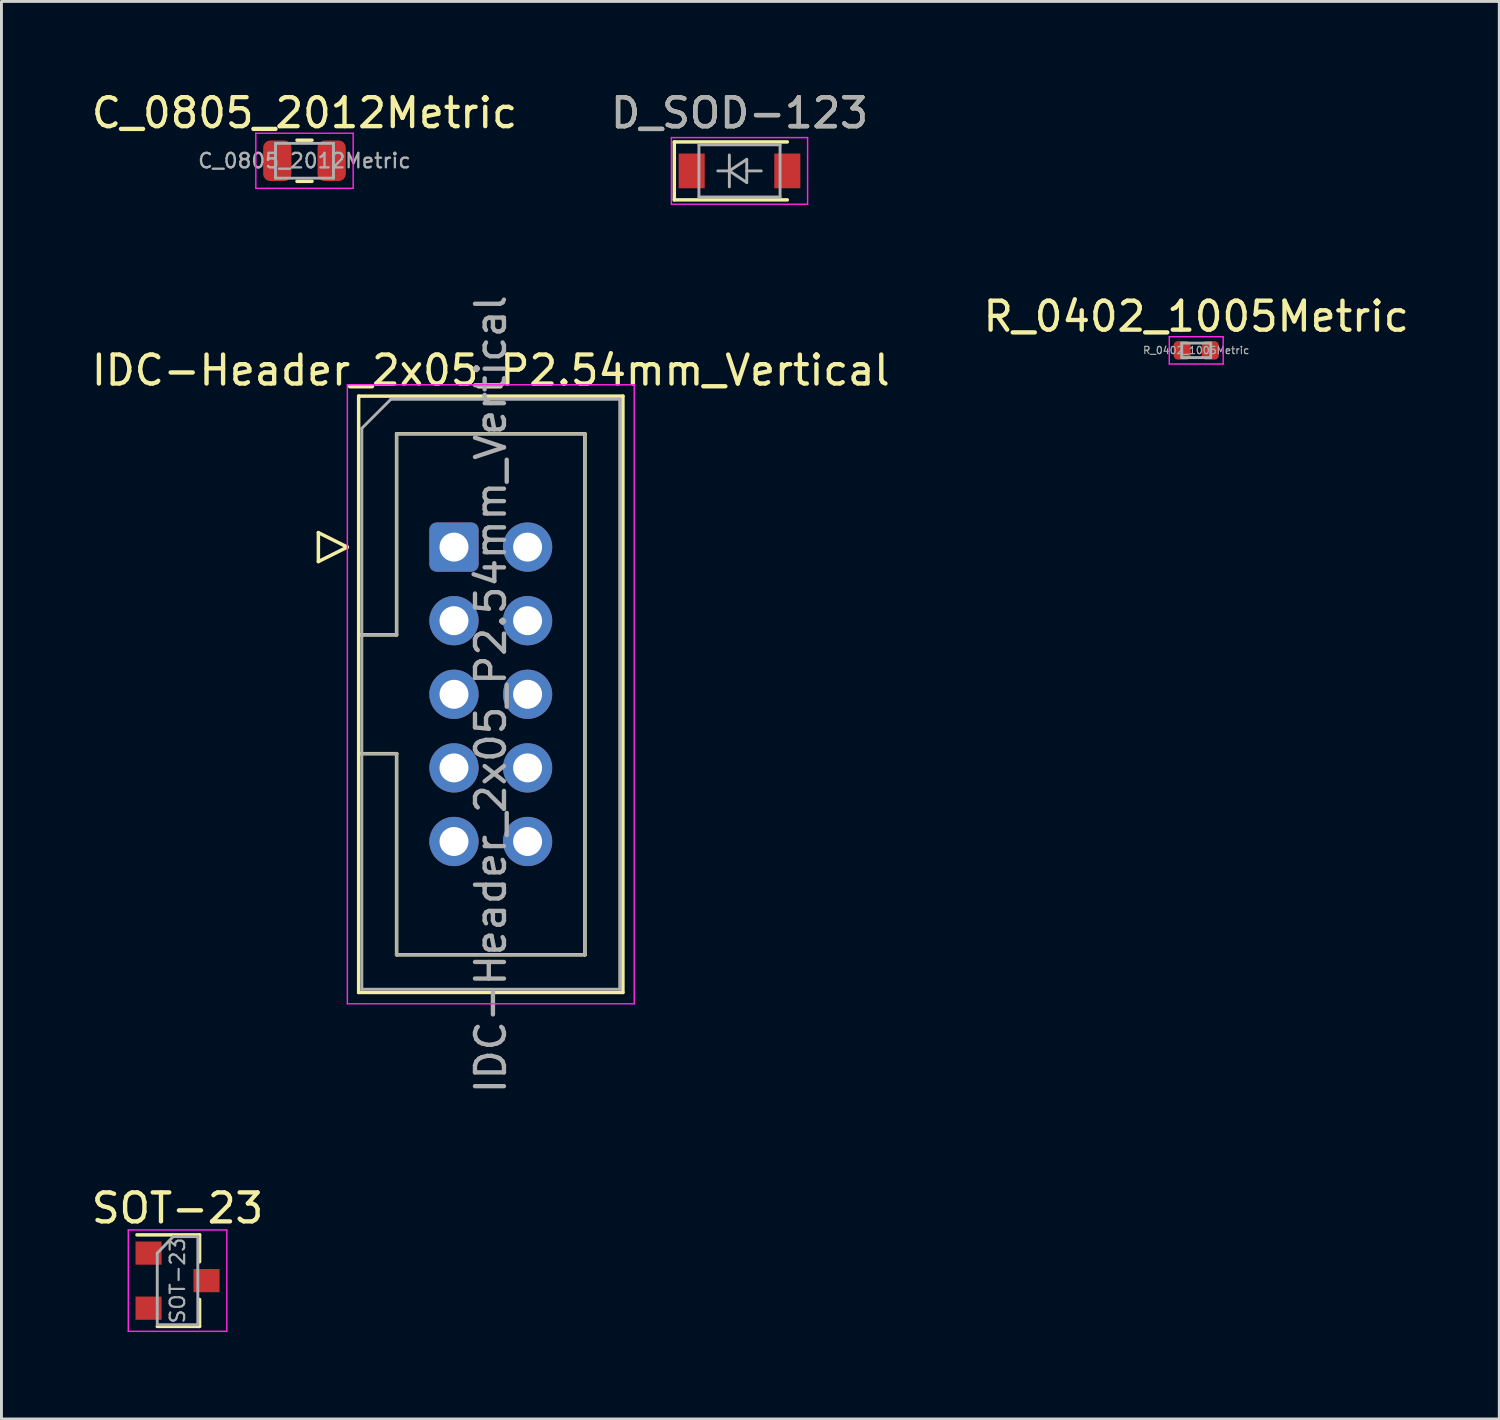
<source format=kicad_pcb>
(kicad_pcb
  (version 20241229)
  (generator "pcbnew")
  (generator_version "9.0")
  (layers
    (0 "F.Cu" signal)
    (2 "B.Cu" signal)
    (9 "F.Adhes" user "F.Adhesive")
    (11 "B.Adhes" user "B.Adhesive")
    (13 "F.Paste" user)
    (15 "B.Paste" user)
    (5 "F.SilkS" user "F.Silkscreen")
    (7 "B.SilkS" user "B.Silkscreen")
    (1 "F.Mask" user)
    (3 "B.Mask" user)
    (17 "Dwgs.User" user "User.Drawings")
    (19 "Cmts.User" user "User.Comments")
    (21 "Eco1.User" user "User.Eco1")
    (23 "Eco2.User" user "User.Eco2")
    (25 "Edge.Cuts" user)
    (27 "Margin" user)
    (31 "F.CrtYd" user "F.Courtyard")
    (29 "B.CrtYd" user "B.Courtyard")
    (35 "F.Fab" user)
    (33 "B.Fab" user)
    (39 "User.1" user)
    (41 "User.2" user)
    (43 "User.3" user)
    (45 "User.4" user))
  (footprint "SOT-23"
    (layer "F.Cu")
    (at 3.077 41.145)
    (property "Reference" "SOT-23" (at 0 -2.5 0) (layer "F.SilkS") (effects (font (size 1 1) (thickness 0.15))))
    (attr smd)
    (fp_line (start 0.76 -1.58) (end -1.4 -1.58) (stroke (width 0.12) (type solid)) (layer "F.SilkS"))
    (fp_line (start 0.76 -1.58) (end 0.76 -0.65) (stroke (width 0.12) (type solid)) (layer "F.SilkS"))
    (fp_line (start 0.76 1.58) (end -0.7 1.58) (stroke (width 0.12) (type solid)) (layer "F.SilkS"))
    (fp_line (start 0.76 1.58) (end 0.76 0.65) (stroke (width 0.12) (type solid)) (layer "F.SilkS"))
    (fp_line (start -1.7 -1.75) (end 1.7 -1.75) (stroke (width 0.05) (type solid)) (layer "F.CrtYd"))
    (fp_line (start -1.7 1.75) (end -1.7 -1.75) (stroke (width 0.05) (type solid)) (layer "F.CrtYd"))
    (fp_line (start 1.7 -1.75) (end 1.7 1.75) (stroke (width 0.05) (type solid)) (layer "F.CrtYd"))
    (fp_line (start 1.7 1.75) (end -1.7 1.75) (stroke (width 0.05) (type solid)) (layer "F.CrtYd"))
    (fp_line (start -0.7 -0.95) (end -0.7 1.5) (stroke (width 0.1) (type solid)) (layer "F.Fab"))
    (fp_line (start -0.7 -0.95) (end -0.15 -1.52) (stroke (width 0.1) (type solid)) (layer "F.Fab"))
    (fp_line (start -0.7 1.52) (end 0.7 1.52) (stroke (width 0.1) (type solid)) (layer "F.Fab"))
    (fp_line (start -0.15 -1.52) (end 0.7 -1.52) (stroke (width 0.1) (type solid)) (layer "F.Fab"))
    (fp_line (start 0.7 -1.52) (end 0.7 1.52) (stroke (width 0.1) (type solid)) (layer "F.Fab"))
    (fp_text user "${REFERENCE}" (at 0 0 90) (layer "F.Fab") (effects (font (size 0.5 0.5) (thickness 0.075))))
    (pad "1" smd rect (at -1 -0.95) (size 0.9 0.8) (layers "F.Cu" "F.Mask" "F.Paste"))
    (pad "2" smd rect (at -1 0.95) (size 0.9 0.8) (layers "F.Cu" "F.Mask" "F.Paste"))
    (pad "3" smd rect (at 1 0) (size 0.9 0.8) (layers "F.Cu" "F.Mask" "F.Paste")))
  (footprint "R_0402_1005Metric"
    (layer "F.Cu")
    (at 38.232 9.041)
    (property "Reference" "R_0402_1005Metric" (at 0 -1.17 0) (layer "F.SilkS") (effects (font (size 1 1) (thickness 0.15))))
    (attr smd)
    (fp_line (start -0.93 -0.47) (end 0.93 -0.47) (stroke (width 0.05) (type solid)) (layer "F.CrtYd"))
    (fp_line (start -0.93 0.47) (end -0.93 -0.47) (stroke (width 0.05) (type solid)) (layer "F.CrtYd"))
    (fp_line (start 0.93 -0.47) (end 0.93 0.47) (stroke (width 0.05) (type solid)) (layer "F.CrtYd"))
    (fp_line (start 0.93 0.47) (end -0.93 0.47) (stroke (width 0.05) (type solid)) (layer "F.CrtYd"))
    (fp_line (start -0.5 -0.25) (end 0.5 -0.25) (stroke (width 0.1) (type solid)) (layer "F.Fab"))
    (fp_line (start -0.5 0.25) (end -0.5 -0.25) (stroke (width 0.1) (type solid)) (layer "F.Fab"))
    (fp_line (start 0.5 -0.25) (end 0.5 0.25) (stroke (width 0.1) (type solid)) (layer "F.Fab"))
    (fp_line (start 0.5 0.25) (end -0.5 0.25) (stroke (width 0.1) (type solid)) (layer "F.Fab"))
    (fp_text user "${REFERENCE}" (at 0 0 0) (layer "F.Fab") (effects (font (size 0.25 0.25) (thickness 0.04))))
    (pad "1" smd roundrect (at -0.485 0) (size 0.59 0.64) (layers "F.Cu" "F.Mask" "F.Paste") (roundrect_rratio 0.25))
    (pad "2" smd roundrect (at 0.485 0) (size 0.59 0.64) (layers "F.Cu" "F.Mask" "F.Paste") (roundrect_rratio 0.25)))
  (footprint "D_SOD-123"
    (layer "F.Cu")
    (at 22.47 2.848)
    (property "Reference" "D_SOD-123" (at 0 -2 0) (layer "F.SilkS") (effects (font (size 1 1) (thickness 0.15))))
    (attr smd)
    (fp_line (start -2.25 -1) (end -2.25 1) (stroke (width 0.12) (type solid)) (layer "F.SilkS"))
    (fp_line (start -2.25 -1) (end 1.65 -1) (stroke (width 0.12) (type solid)) (layer "F.SilkS"))
    (fp_line (start -2.25 1) (end 1.65 1) (stroke (width 0.12) (type solid)) (layer "F.SilkS"))
    (fp_line (start -2.35 -1.15) (end -2.35 1.15) (stroke (width 0.05) (type solid)) (layer "F.CrtYd"))
    (fp_line (start -2.35 -1.15) (end 2.35 -1.15) (stroke (width 0.05) (type solid)) (layer "F.CrtYd"))
    (fp_line (start 2.35 -1.15) (end 2.35 1.15) (stroke (width 0.05) (type solid)) (layer "F.CrtYd"))
    (fp_line (start 2.35 1.15) (end -2.35 1.15) (stroke (width 0.05) (type solid)) (layer "F.CrtYd"))
    (fp_line (start -1.4 -0.9) (end 1.4 -0.9) (stroke (width 0.1) (type solid)) (layer "F.Fab"))
    (fp_line (start -1.4 0.9) (end -1.4 -0.9) (stroke (width 0.1) (type solid)) (layer "F.Fab"))
    (fp_line (start -0.75 0) (end -0.35 0) (stroke (width 0.1) (type solid)) (layer "F.Fab"))
    (fp_line (start -0.35 0) (end -0.35 -0.55) (stroke (width 0.1) (type solid)) (layer "F.Fab"))
    (fp_line (start -0.35 0) (end -0.35 0.55) (stroke (width 0.1) (type solid)) (layer "F.Fab"))
    (fp_line (start -0.35 0) (end 0.25 -0.4) (stroke (width 0.1) (type solid)) (layer "F.Fab"))
    (fp_line (start 0.25 -0.4) (end 0.25 0.4) (stroke (width 0.1) (type solid)) (layer "F.Fab"))
    (fp_line (start 0.25 0) (end 0.75 0) (stroke (width 0.1) (type solid)) (layer "F.Fab"))
    (fp_line (start 0.25 0.4) (end -0.35 0) (stroke (width 0.1) (type solid)) (layer "F.Fab"))
    (fp_line (start 1.4 -0.9) (end 1.4 0.9) (stroke (width 0.1) (type solid)) (layer "F.Fab"))
    (fp_line (start 1.4 0.9) (end -1.4 0.9) (stroke (width 0.1) (type solid)) (layer "F.Fab"))
    (fp_text user "${REFERENCE}" (at 0 -2 0) (layer "F.Fab") (effects (font (size 1 1) (thickness 0.15))))
    (pad "1" smd rect (at -1.65 0) (size 0.9 1.2) (layers "F.Cu" "F.Mask" "F.Paste"))
    (pad "2" smd rect (at 1.65 0) (size 0.9 1.2) (layers "F.Cu" "F.Mask" "F.Paste")))
  (footprint "C_0805_2012Metric"
    (layer "F.Cu")
    (at 7.458 2.498)
    (property "Reference" "C_0805_2012Metric" (at 0 -1.65 180) (layer "F.SilkS") (effects (font (size 1 1) (thickness 0.15))))
    (attr smd)
    (fp_line (start -0.259 -0.71) (end 0.259 -0.71) (stroke (width 0.12) (type solid)) (layer "F.SilkS"))
    (fp_line (start -0.259 0.71) (end 0.259 0.71) (stroke (width 0.12) (type solid)) (layer "F.SilkS"))
    (fp_line (start -1.68 -0.95) (end 1.68 -0.95) (stroke (width 0.05) (type solid)) (layer "F.CrtYd"))
    (fp_line (start -1.68 0.95) (end -1.68 -0.95) (stroke (width 0.05) (type solid)) (layer "F.CrtYd"))
    (fp_line (start 1.68 -0.95) (end 1.68 0.95) (stroke (width 0.05) (type solid)) (layer "F.CrtYd"))
    (fp_line (start 1.68 0.95) (end -1.68 0.95) (stroke (width 0.05) (type solid)) (layer "F.CrtYd"))
    (fp_line (start -1 -0.6) (end 1 -0.6) (stroke (width 0.1) (type solid)) (layer "F.Fab"))
    (fp_line (start -1 0.6) (end -1 -0.6) (stroke (width 0.1) (type solid)) (layer "F.Fab"))
    (fp_line (start 1 -0.6) (end 1 0.6) (stroke (width 0.1) (type solid)) (layer "F.Fab"))
    (fp_line (start 1 0.6) (end -1 0.6) (stroke (width 0.1) (type solid)) (layer "F.Fab"))
    (fp_text user "${REFERENCE}" (at 0 0 180) (layer "F.Fab") (effects (font (size 0.5 0.5) (thickness 0.08))))
    (pad "1" smd roundrect (at -0.938 0) (size 0.975 1.4) (layers "F.Cu" "F.Mask" "F.Paste") (roundrect_rratio 0.25))
    (pad "2" smd roundrect (at 0.938 0) (size 0.975 1.4) (layers "F.Cu" "F.Mask" "F.Paste") (roundrect_rratio 0.25)))
  (footprint "IDC-Header_2x05_P2.54mm_Vertical"
    (layer "F.Cu")
    (at 12.617 15.83)
    (property "Reference" "IDC-Header_2x05_P2.54mm_Vertical" (at 1.27 -6.1 180) (layer "F.SilkS") (effects (font (size 1 1) (thickness 0.15))))
    (attr through_hole)
    (fp_line (start -4.68 -0.5) (end -4.68 0.5) (stroke (width 0.12) (type solid)) (layer "F.SilkS"))
    (fp_line (start -4.68 0.5) (end -3.68 0) (stroke (width 0.12) (type solid)) (layer "F.SilkS"))
    (fp_line (start -3.68 0) (end -4.68 -0.5) (stroke (width 0.12) (type solid)) (layer "F.SilkS"))
    (fp_line (start -3.29 -5.21) (end 5.83 -5.21) (stroke (width 0.12) (type solid)) (layer "F.SilkS"))
    (fp_line (start -3.29 3.03) (end -1.98 3.03) (stroke (width 0.12) (type solid)) (layer "F.SilkS"))
    (fp_line (start -3.29 15.37) (end -3.29 -5.21) (stroke (width 0.12) (type solid)) (layer "F.SilkS"))
    (fp_line (start -1.98 -3.91) (end 4.52 -3.91) (stroke (width 0.12) (type solid)) (layer "F.SilkS"))
    (fp_line (start -1.98 3.03) (end -1.98 -3.91) (stroke (width 0.12) (type solid)) (layer "F.SilkS"))
    (fp_line (start -1.98 7.13) (end -3.29 7.13) (stroke (width 0.12) (type solid)) (layer "F.SilkS"))
    (fp_line (start -1.98 7.13) (end -1.98 7.13) (stroke (width 0.12) (type solid)) (layer "F.SilkS"))
    (fp_line (start -1.98 14.07) (end -1.98 7.13) (stroke (width 0.12) (type solid)) (layer "F.SilkS"))
    (fp_line (start 4.52 -3.91) (end 4.52 14.07) (stroke (width 0.12) (type solid)) (layer "F.SilkS"))
    (fp_line (start 4.52 14.07) (end -1.98 14.07) (stroke (width 0.12) (type solid)) (layer "F.SilkS"))
    (fp_line (start 5.83 -5.21) (end 5.83 15.37) (stroke (width 0.12) (type solid)) (layer "F.SilkS"))
    (fp_line (start 5.83 15.37) (end -3.29 15.37) (stroke (width 0.12) (type solid)) (layer "F.SilkS"))
    (fp_line (start -3.68 -5.6) (end -3.68 15.76) (stroke (width 0.05) (type solid)) (layer "F.CrtYd"))
    (fp_line (start -3.68 15.76) (end 6.22 15.76) (stroke (width 0.05) (type solid)) (layer "F.CrtYd"))
    (fp_line (start 6.22 -5.6) (end -3.68 -5.6) (stroke (width 0.05) (type solid)) (layer "F.CrtYd"))
    (fp_line (start 6.22 15.76) (end 6.22 -5.6) (stroke (width 0.05) (type solid)) (layer "F.CrtYd"))
    (fp_line (start -3.18 -4.1) (end -2.18 -5.1) (stroke (width 0.1) (type solid)) (layer "F.Fab"))
    (fp_line (start -3.18 3.03) (end -1.98 3.03) (stroke (width 0.1) (type solid)) (layer "F.Fab"))
    (fp_line (start -3.18 15.26) (end -3.18 -4.1) (stroke (width 0.1) (type solid)) (layer "F.Fab"))
    (fp_line (start -2.18 -5.1) (end 5.72 -5.1) (stroke (width 0.1) (type solid)) (layer "F.Fab"))
    (fp_line (start -1.98 -3.91) (end 4.52 -3.91) (stroke (width 0.1) (type solid)) (layer "F.Fab"))
    (fp_line (start -1.98 3.03) (end -1.98 -3.91) (stroke (width 0.1) (type solid)) (layer "F.Fab"))
    (fp_line (start -1.98 7.13) (end -3.18 7.13) (stroke (width 0.1) (type solid)) (layer "F.Fab"))
    (fp_line (start -1.98 7.13) (end -1.98 7.13) (stroke (width 0.1) (type solid)) (layer "F.Fab"))
    (fp_line (start -1.98 14.07) (end -1.98 7.13) (stroke (width 0.1) (type solid)) (layer "F.Fab"))
    (fp_line (start 4.52 -3.91) (end 4.52 14.07) (stroke (width 0.1) (type solid)) (layer "F.Fab"))
    (fp_line (start 4.52 14.07) (end -1.98 14.07) (stroke (width 0.1) (type solid)) (layer "F.Fab"))
    (fp_line (start 5.72 -5.1) (end 5.72 15.26) (stroke (width 0.1) (type solid)) (layer "F.Fab"))
    (fp_line (start 5.72 15.26) (end -3.18 15.26) (stroke (width 0.1) (type solid)) (layer "F.Fab"))
    (fp_text user "${REFERENCE}" (at 1.27 5.08 270) (layer "F.Fab") (effects (font (size 1 1) (thickness 0.15))))
    (pad "1" thru_hole roundrect (at 0 0) (size 1.7 1.7) (drill 1) (layers "*.Cu" "*.Mask") (roundrect_rratio 0.147))
    (pad "2" thru_hole circle (at 2.54 0) (size 1.7 1.7) (drill 1) (layers "*.Cu" "*.Mask"))
    (pad "3" thru_hole circle (at 0 2.54) (size 1.7 1.7) (drill 1) (layers "*.Cu" "*.Mask"))
    (pad "4" thru_hole circle (at 2.54 2.54) (size 1.7 1.7) (drill 1) (layers "*.Cu" "*.Mask"))
    (pad "5" thru_hole circle (at 0 5.08) (size 1.7 1.7) (drill 1) (layers "*.Cu" "*.Mask"))
    (pad "6" thru_hole circle (at 2.54 5.08) (size 1.7 1.7) (drill 1) (layers "*.Cu" "*.Mask"))
    (pad "7" thru_hole circle (at 0 7.62) (size 1.7 1.7) (drill 1) (layers "*.Cu" "*.Mask"))
    (pad "8" thru_hole circle (at 2.54 7.62) (size 1.7 1.7) (drill 1) (layers "*.Cu" "*.Mask"))
    (pad "9" thru_hole circle (at 0 10.16) (size 1.7 1.7) (drill 1) (layers "*.Cu" "*.Mask"))
    (pad "10" thru_hole circle (at 2.54 10.16) (size 1.7 1.7) (drill 1) (layers "*.Cu" "*.Mask")))
  (gr_rect
    (start -3 -3)
    (end 48.69 45.92)
    (stroke (width 0.1) (type default))
    (fill no)
    (layer "Edge.Cuts")))
</source>
